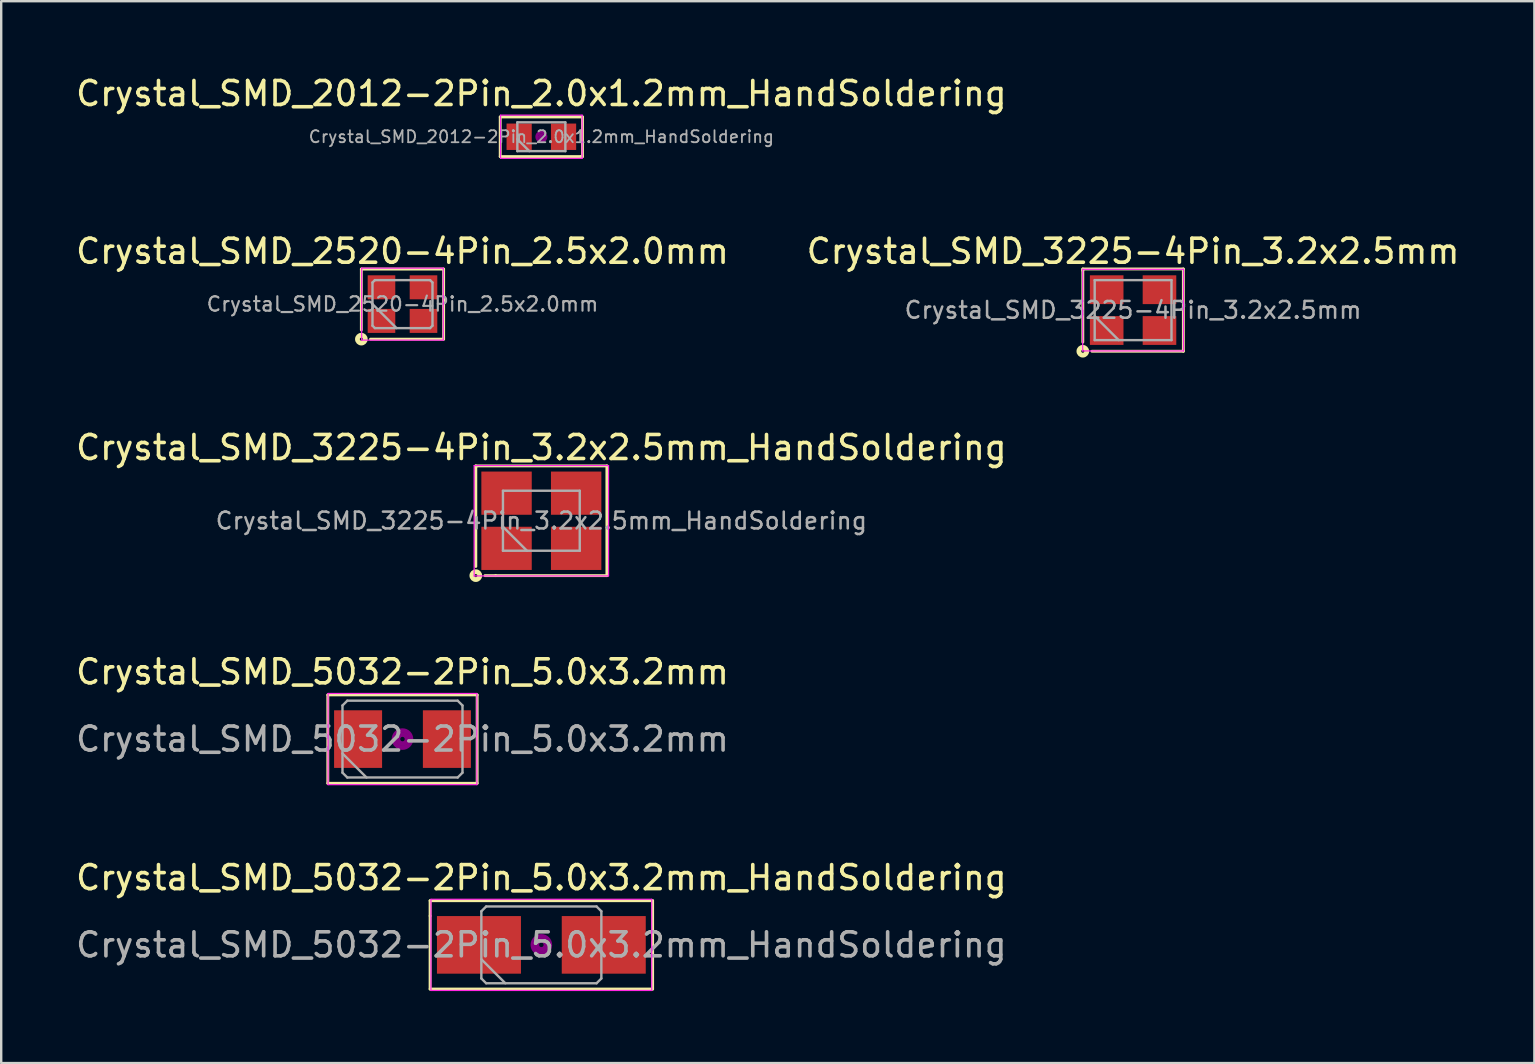
<source format=kicad_pcb>
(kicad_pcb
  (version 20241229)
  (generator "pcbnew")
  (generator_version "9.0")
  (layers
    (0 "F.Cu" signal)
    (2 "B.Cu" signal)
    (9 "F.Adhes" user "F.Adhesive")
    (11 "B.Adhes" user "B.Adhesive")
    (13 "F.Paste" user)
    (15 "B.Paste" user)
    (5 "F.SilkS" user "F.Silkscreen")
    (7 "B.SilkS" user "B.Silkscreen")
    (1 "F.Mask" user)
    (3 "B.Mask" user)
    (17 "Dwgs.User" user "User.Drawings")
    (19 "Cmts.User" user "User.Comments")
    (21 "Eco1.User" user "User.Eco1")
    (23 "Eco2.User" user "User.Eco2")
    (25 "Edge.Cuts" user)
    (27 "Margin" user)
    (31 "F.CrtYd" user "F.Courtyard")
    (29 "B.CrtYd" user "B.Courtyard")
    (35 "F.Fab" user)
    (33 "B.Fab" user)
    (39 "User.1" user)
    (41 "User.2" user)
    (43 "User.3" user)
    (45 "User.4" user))
  (footprint "Crystal_SMD_2520-4Pin_2.5x2.0mm"
    (layer "F.Cu")
    (at 13.72 9.621)
    (property "Reference" "Crystal_SMD_2520-4Pin_2.5x2.0mm" (at 0 -2.2 0) (layer "F.SilkS") (effects (font (size 1 1) (thickness 0.15))))
    (attr smd)
    (fp_line (start -1.714 -1.46) (end 1.714 -1.46) (stroke (width 0.12) (type solid)) (layer "F.SilkS"))
    (fp_line (start -1.714 1.079) (end -1.714 -1.46) (stroke (width 0.12) (type solid)) (layer "F.SilkS"))
    (fp_line (start 1.714 -1.46) (end 1.714 1.46) (stroke (width 0.12) (type solid)) (layer "F.SilkS"))
    (fp_line (start 1.714 1.46) (end -1.333 1.46) (stroke (width 0.12) (type solid)) (layer "F.SilkS"))
    (fp_circle (center -1.714 1.46) (end -1.651 1.46) (stroke (width 0.2) (type solid)) (fill no) (layer "F.SilkS"))
    (fp_line (start -1.7 -1.5) (end -1.7 1.5) (stroke (width 0.05) (type solid)) (layer "F.CrtYd"))
    (fp_line (start -1.7 1.5) (end 1.7 1.5) (stroke (width 0.05) (type solid)) (layer "F.CrtYd"))
    (fp_line (start 1.7 -1.5) (end -1.7 -1.5) (stroke (width 0.05) (type solid)) (layer "F.CrtYd"))
    (fp_line (start 1.7 1.5) (end 1.7 -1.5) (stroke (width 0.05) (type solid)) (layer "F.CrtYd"))
    (fp_line (start -1.25 -0.9) (end -1.15 -1) (stroke (width 0.1) (type solid)) (layer "F.Fab"))
    (fp_line (start -1.25 0) (end -0.25 1) (stroke (width 0.1) (type solid)) (layer "F.Fab"))
    (fp_line (start -1.25 0.9) (end -1.25 -0.9) (stroke (width 0.1) (type solid)) (layer "F.Fab"))
    (fp_line (start -1.15 -1) (end 1.15 -1) (stroke (width 0.1) (type solid)) (layer "F.Fab"))
    (fp_line (start -1.15 1) (end -1.25 0.9) (stroke (width 0.1) (type solid)) (layer "F.Fab"))
    (fp_line (start 1.15 -1) (end 1.25 -0.9) (stroke (width 0.1) (type solid)) (layer "F.Fab"))
    (fp_line (start 1.15 1) (end -1.15 1) (stroke (width 0.1) (type solid)) (layer "F.Fab"))
    (fp_line (start 1.25 -0.9) (end 1.25 0.9) (stroke (width 0.1) (type solid)) (layer "F.Fab"))
    (fp_line (start 1.25 0.9) (end 1.15 1) (stroke (width 0.1) (type solid)) (layer "F.Fab"))
    (fp_text user "${REFERENCE}" (at 0 0 0) (layer "F.Fab") (effects (font (size 0.6 0.6) (thickness 0.09))))
    (pad "1" smd rect (at -0.875 0.7) (size 1.15 1) (layers "F.Cu" "F.Mask" "F.Paste"))
    (pad "2" smd rect (at 0.875 0.7) (size 1.15 1) (layers "F.Cu" "F.Mask" "F.Paste"))
    (pad "3" smd rect (at 0.875 -0.7) (size 1.15 1) (layers "F.Cu" "F.Mask" "F.Paste"))
    (pad "4" smd rect (at -0.875 -0.7) (size 1.15 1) (layers "F.Cu" "F.Mask" "F.Paste")))
  (footprint "Crystal_SMD_5032-2Pin_5.0x3.2mm"
    (layer "F.Cu")
    (at 13.72 27.745)
    (property "Reference" "Crystal_SMD_5032-2Pin_5.0x3.2mm" (at 0 -2.8 0) (layer "F.SilkS") (effects (font (size 1 1) (thickness 0.15))))
    (attr smd)
    (fp_line (start -3.111 -1.841) (end -3.111 1.841) (stroke (width 0.12) (type solid)) (layer "F.SilkS"))
    (fp_line (start -3.111 1.841) (end 3.111 1.841) (stroke (width 0.12) (type solid)) (layer "F.SilkS"))
    (fp_line (start 3.111 -1.841) (end -3.111 -1.841) (stroke (width 0.12) (type solid)) (layer "F.SilkS"))
    (fp_line (start 3.111 1.841) (end 3.111 -1.841) (stroke (width 0.12) (type solid)) (layer "F.SilkS"))
    (fp_circle (center 0 0) (end 0.093 0) (stroke (width 0.187) (type solid)) (fill no) (layer "F.Adhes"))
    (fp_circle (center 0 0) (end 0.213 0) (stroke (width 0.133) (type solid)) (fill no) (layer "F.Adhes"))
    (fp_circle (center 0 0) (end 0.333 0) (stroke (width 0.133) (type solid)) (fill no) (layer "F.Adhes"))
    (fp_circle (center 0 0) (end 0.4 0) (stroke (width 0.1) (type solid)) (fill no) (layer "F.Adhes"))
    (fp_line (start -3.1 -1.9) (end -3.1 1.9) (stroke (width 0.05) (type solid)) (layer "F.CrtYd"))
    (fp_line (start -3.1 1.9) (end 3.1 1.9) (stroke (width 0.05) (type solid)) (layer "F.CrtYd"))
    (fp_line (start 3.1 -1.9) (end -3.1 -1.9) (stroke (width 0.05) (type solid)) (layer "F.CrtYd"))
    (fp_line (start 3.1 1.9) (end 3.1 -1.9) (stroke (width 0.05) (type solid)) (layer "F.CrtYd"))
    (fp_line (start -2.5 -1.4) (end -2.3 -1.6) (stroke (width 0.1) (type solid)) (layer "F.Fab"))
    (fp_line (start -2.5 0.6) (end -1.5 1.6) (stroke (width 0.1) (type solid)) (layer "F.Fab"))
    (fp_line (start -2.5 1.4) (end -2.5 -1.4) (stroke (width 0.1) (type solid)) (layer "F.Fab"))
    (fp_line (start -2.3 -1.6) (end 2.3 -1.6) (stroke (width 0.1) (type solid)) (layer "F.Fab"))
    (fp_line (start -2.3 1.6) (end -2.5 1.4) (stroke (width 0.1) (type solid)) (layer "F.Fab"))
    (fp_line (start 2.3 -1.6) (end 2.5 -1.4) (stroke (width 0.1) (type solid)) (layer "F.Fab"))
    (fp_line (start 2.3 1.6) (end -2.3 1.6) (stroke (width 0.1) (type solid)) (layer "F.Fab"))
    (fp_line (start 2.5 -1.4) (end 2.5 1.4) (stroke (width 0.1) (type solid)) (layer "F.Fab"))
    (fp_line (start 2.5 1.4) (end 2.3 1.6) (stroke (width 0.1) (type solid)) (layer "F.Fab"))
    (fp_text user "${REFERENCE}" (at 0 0 0) (layer "F.Fab") (effects (font (size 1 1) (thickness 0.15))))
    (pad "1" smd rect (at -1.85 0) (size 2 2.4) (layers "F.Cu" "F.Mask" "F.Paste"))
    (pad "2" smd rect (at 1.85 0) (size 2 2.4) (layers "F.Cu" "F.Mask" "F.Paste")))
  (footprint "Crystal_SMD_3225-4Pin_3.2x2.5mm_HandSoldering"
    (layer "F.Cu")
    (at 19.506 18.648)
    (property "Reference" "Crystal_SMD_3225-4Pin_3.2x2.5mm_HandSoldering" (at 0 -3.05 0) (layer "F.SilkS") (effects (font (size 1 1) (thickness 0.15))))
    (attr smd)
    (fp_line (start -2.731 -2.286) (end 2.731 -2.286) (stroke (width 0.12) (type solid)) (layer "F.SilkS"))
    (fp_line (start -2.731 -2.223) (end -2.731 -2.286) (stroke (width 0.12) (type solid)) (layer "F.SilkS"))
    (fp_line (start -2.731 1.905) (end -2.731 -2.223) (stroke (width 0.12) (type solid)) (layer "F.SilkS"))
    (fp_line (start -2.349 2.286) (end -1.905 2.286) (stroke (width 0.12) (type solid)) (layer "F.SilkS"))
    (fp_line (start 2.731 -2.286) (end 2.731 2.286) (stroke (width 0.12) (type solid)) (layer "F.SilkS"))
    (fp_line (start 2.731 2.286) (end -1.905 2.286) (stroke (width 0.12) (type solid)) (layer "F.SilkS"))
    (fp_circle (center -2.731 2.286) (end -2.667 2.286) (stroke (width 0.2) (type solid)) (fill no) (layer "F.SilkS"))
    (fp_line (start -2.8 -2.3) (end -2.8 2.3) (stroke (width 0.05) (type solid)) (layer "F.CrtYd"))
    (fp_line (start -2.8 2.3) (end 2.8 2.3) (stroke (width 0.05) (type solid)) (layer "F.CrtYd"))
    (fp_line (start 2.8 -2.3) (end -2.8 -2.3) (stroke (width 0.05) (type solid)) (layer "F.CrtYd"))
    (fp_line (start 2.8 2.3) (end 2.8 -2.3) (stroke (width 0.05) (type solid)) (layer "F.CrtYd"))
    (fp_line (start -1.6 -1.25) (end -1.6 1.25) (stroke (width 0.1) (type solid)) (layer "F.Fab"))
    (fp_line (start -1.6 0.25) (end -0.6 1.25) (stroke (width 0.1) (type solid)) (layer "F.Fab"))
    (fp_line (start -1.6 1.25) (end 1.6 1.25) (stroke (width 0.1) (type solid)) (layer "F.Fab"))
    (fp_line (start 1.6 -1.25) (end -1.6 -1.25) (stroke (width 0.1) (type solid)) (layer "F.Fab"))
    (fp_line (start 1.6 1.25) (end 1.6 -1.25) (stroke (width 0.1) (type solid)) (layer "F.Fab"))
    (fp_text user "${REFERENCE}" (at 0 0 0) (layer "F.Fab") (effects (font (size 0.7 0.7) (thickness 0.105))))
    (pad "1" smd rect (at -1.45 1.15) (size 2.1 1.8) (layers "F.Cu" "F.Mask" "F.Paste"))
    (pad "2" smd rect (at 1.45 1.15) (size 2.1 1.8) (layers "F.Cu" "F.Mask" "F.Paste"))
    (pad "3" smd rect (at 1.45 -1.15) (size 2.1 1.8) (layers "F.Cu" "F.Mask" "F.Paste"))
    (pad "4" smd rect (at -1.45 -1.15) (size 2.1 1.8) (layers "F.Cu" "F.Mask" "F.Paste")))
  (footprint "Crystal_SMD_2012-2Pin_2.0x1.2mm_HandSoldering"
    (layer "F.Cu")
    (at 19.506 2.648)
    (property "Reference" "Crystal_SMD_2012-2Pin_2.0x1.2mm_HandSoldering" (at 0 -1.8 0) (layer "F.SilkS") (effects (font (size 1 1) (thickness 0.15))))
    (attr smd)
    (fp_line (start -1.714 -0.826) (end -1.714 0.826) (stroke (width 0.12) (type solid)) (layer "F.SilkS"))
    (fp_line (start -1.714 0.826) (end 1.651 0.826) (stroke (width 0.12) (type solid)) (layer "F.SilkS"))
    (fp_line (start 1.651 0.826) (end 1.714 0.826) (stroke (width 0.12) (type solid)) (layer "F.SilkS"))
    (fp_line (start 1.714 -0.826) (end -1.714 -0.826) (stroke (width 0.12) (type solid)) (layer "F.SilkS"))
    (fp_line (start 1.714 0.826) (end 1.714 -0.826) (stroke (width 0.12) (type solid)) (layer "F.SilkS"))
    (fp_circle (center 0 0) (end 0.047 0) (stroke (width 0.093) (type solid)) (fill no) (layer "F.Adhes"))
    (fp_circle (center 0 0) (end 0.107 0) (stroke (width 0.067) (type solid)) (fill no) (layer "F.Adhes"))
    (fp_circle (center 0 0) (end 0.167 0) (stroke (width 0.067) (type solid)) (fill no) (layer "F.Adhes"))
    (fp_circle (center 0 0) (end 0.2 0) (stroke (width 0.1) (type solid)) (fill no) (layer "F.Adhes"))
    (fp_line (start -1.7 -0.9) (end -1.7 0.9) (stroke (width 0.05) (type solid)) (layer "F.CrtYd"))
    (fp_line (start -1.7 0.9) (end 1.7 0.9) (stroke (width 0.05) (type solid)) (layer "F.CrtYd"))
    (fp_line (start 1.7 -0.9) (end -1.7 -0.9) (stroke (width 0.05) (type solid)) (layer "F.CrtYd"))
    (fp_line (start 1.7 0.9) (end 1.7 -0.9) (stroke (width 0.05) (type solid)) (layer "F.CrtYd"))
    (fp_line (start -1 -0.6) (end -1 0.6) (stroke (width 0.1) (type solid)) (layer "F.Fab"))
    (fp_line (start -1 0.1) (end -0.5 0.6) (stroke (width 0.1) (type solid)) (layer "F.Fab"))
    (fp_line (start -1 0.6) (end 1 0.6) (stroke (width 0.1) (type solid)) (layer "F.Fab"))
    (fp_line (start 1 -0.6) (end -1 -0.6) (stroke (width 0.1) (type solid)) (layer "F.Fab"))
    (fp_line (start 1 0.6) (end 1 -0.6) (stroke (width 0.1) (type solid)) (layer "F.Fab"))
    (fp_text user "${REFERENCE}" (at 0 0 0) (layer "F.Fab") (effects (font (size 0.5 0.5) (thickness 0.075))))
    (pad "1" smd rect (at -0.925 0) (size 1.05 1.1) (layers "F.Cu" "F.Mask" "F.Paste"))
    (pad "2" smd rect (at 0.925 0) (size 1.05 1.1) (layers "F.Cu" "F.Mask" "F.Paste")))
  (footprint "Crystal_SMD_3225-4Pin_3.2x2.5mm"
    (layer "F.Cu")
    (at 44.161 9.871)
    (property "Reference" "Crystal_SMD_3225-4Pin_3.2x2.5mm" (at 0 -2.45 0) (layer "F.SilkS") (effects (font (size 1 1) (thickness 0.15))))
    (attr smd)
    (fp_line (start -2.095 -1.714) (end 2.095 -1.714) (stroke (width 0.12) (type solid)) (layer "F.SilkS"))
    (fp_line (start -2.095 -1.651) (end -2.095 -1.714) (stroke (width 0.12) (type solid)) (layer "F.SilkS"))
    (fp_line (start -2.095 1.333) (end -2.095 -1.651) (stroke (width 0.12) (type solid)) (layer "F.SilkS"))
    (fp_line (start 2.095 -1.714) (end 2.095 1.714) (stroke (width 0.12) (type solid)) (layer "F.SilkS"))
    (fp_line (start 2.095 1.714) (end -1.714 1.714) (stroke (width 0.12) (type solid)) (layer "F.SilkS"))
    (fp_circle (center -2.095 1.714) (end -2.032 1.714) (stroke (width 0.2) (type solid)) (fill no) (layer "F.SilkS"))
    (fp_line (start -2.1 -1.7) (end -2.1 1.7) (stroke (width 0.05) (type solid)) (layer "F.CrtYd"))
    (fp_line (start -2.1 1.7) (end 2.1 1.7) (stroke (width 0.05) (type solid)) (layer "F.CrtYd"))
    (fp_line (start 2.1 -1.7) (end -2.1 -1.7) (stroke (width 0.05) (type solid)) (layer "F.CrtYd"))
    (fp_line (start 2.1 1.7) (end 2.1 -1.7) (stroke (width 0.05) (type solid)) (layer "F.CrtYd"))
    (fp_line (start -1.6 -1.25) (end -1.6 1.25) (stroke (width 0.1) (type solid)) (layer "F.Fab"))
    (fp_line (start -1.6 0.25) (end -0.6 1.25) (stroke (width 0.1) (type solid)) (layer "F.Fab"))
    (fp_line (start -1.6 1.25) (end 1.6 1.25) (stroke (width 0.1) (type solid)) (layer "F.Fab"))
    (fp_line (start 1.6 -1.25) (end -1.6 -1.25) (stroke (width 0.1) (type solid)) (layer "F.Fab"))
    (fp_line (start 1.6 1.25) (end 1.6 -1.25) (stroke (width 0.1) (type solid)) (layer "F.Fab"))
    (fp_text user "${REFERENCE}" (at 0 0 0) (layer "F.Fab") (effects (font (size 0.7 0.7) (thickness 0.105))))
    (pad "1" smd rect (at -1.1 0.85) (size 1.4 1.2) (layers "F.Cu" "F.Mask" "F.Paste"))
    (pad "2" smd rect (at 1.1 0.85) (size 1.4 1.2) (layers "F.Cu" "F.Mask" "F.Paste"))
    (pad "3" smd rect (at 1.1 -0.85) (size 1.4 1.2) (layers "F.Cu" "F.Mask" "F.Paste"))
    (pad "4" smd rect (at -1.1 -0.85) (size 1.4 1.2) (layers "F.Cu" "F.Mask" "F.Paste")))
  (footprint "Crystal_SMD_5032-2Pin_5.0x3.2mm_HandSoldering"
    (layer "F.Cu")
    (at 19.506 36.319)
    (property "Reference" "Crystal_SMD_5032-2Pin_5.0x3.2mm_HandSoldering" (at 0 -2.8 0) (layer "F.SilkS") (effects (font (size 1 1) (thickness 0.15))))
    (attr smd)
    (fp_line (start -4.636 -1.841) (end -4.636 -1.206) (stroke (width 0.12) (type solid)) (layer "F.SilkS"))
    (fp_line (start -4.636 -1.206) (end -4.636 1.841) (stroke (width 0.12) (type solid)) (layer "F.SilkS"))
    (fp_line (start -4.636 1.841) (end 4.636 1.841) (stroke (width 0.12) (type solid)) (layer "F.SilkS"))
    (fp_line (start 4.636 -1.841) (end -4.636 -1.841) (stroke (width 0.12) (type solid)) (layer "F.SilkS"))
    (fp_line (start 4.636 1.841) (end 4.636 -1.841) (stroke (width 0.12) (type solid)) (layer "F.SilkS"))
    (fp_circle (center 0 0) (end 0.093 0) (stroke (width 0.187) (type solid)) (fill no) (layer "F.Adhes"))
    (fp_circle (center 0 0) (end 0.213 0) (stroke (width 0.133) (type solid)) (fill no) (layer "F.Adhes"))
    (fp_circle (center 0 0) (end 0.333 0) (stroke (width 0.133) (type solid)) (fill no) (layer "F.Adhes"))
    (fp_circle (center 0 0) (end 0.4 0) (stroke (width 0.1) (type solid)) (fill no) (layer "F.Adhes"))
    (fp_line (start -4.6 -1.9) (end -4.6 1.9) (stroke (width 0.05) (type solid)) (layer "F.CrtYd"))
    (fp_line (start -4.6 1.9) (end 4.6 1.9) (stroke (width 0.05) (type solid)) (layer "F.CrtYd"))
    (fp_line (start 4.6 -1.9) (end -4.6 -1.9) (stroke (width 0.05) (type solid)) (layer "F.CrtYd"))
    (fp_line (start 4.6 1.9) (end 4.6 -1.9) (stroke (width 0.05) (type solid)) (layer "F.CrtYd"))
    (fp_line (start -2.5 -1.4) (end -2.3 -1.6) (stroke (width 0.1) (type solid)) (layer "F.Fab"))
    (fp_line (start -2.5 0.6) (end -1.5 1.6) (stroke (width 0.1) (type solid)) (layer "F.Fab"))
    (fp_line (start -2.5 1.4) (end -2.5 -1.4) (stroke (width 0.1) (type solid)) (layer "F.Fab"))
    (fp_line (start -2.3 -1.6) (end 2.3 -1.6) (stroke (width 0.1) (type solid)) (layer "F.Fab"))
    (fp_line (start -2.3 1.6) (end -2.5 1.4) (stroke (width 0.1) (type solid)) (layer "F.Fab"))
    (fp_line (start 2.3 -1.6) (end 2.5 -1.4) (stroke (width 0.1) (type solid)) (layer "F.Fab"))
    (fp_line (start 2.3 1.6) (end -2.3 1.6) (stroke (width 0.1) (type solid)) (layer "F.Fab"))
    (fp_line (start 2.5 -1.4) (end 2.5 1.4) (stroke (width 0.1) (type solid)) (layer "F.Fab"))
    (fp_line (start 2.5 1.4) (end 2.3 1.6) (stroke (width 0.1) (type solid)) (layer "F.Fab"))
    (fp_text user "${REFERENCE}" (at 0 0 0) (layer "F.Fab") (effects (font (size 1 1) (thickness 0.15))))
    (pad "1" smd rect (at -2.6 0) (size 3.5 2.4) (layers "F.Cu" "F.Mask" "F.Paste"))
    (pad "2" smd rect (at 2.6 0) (size 3.5 2.4) (layers "F.Cu" "F.Mask" "F.Paste")))
  (gr_rect
    (start -3 -3)
    (end 60.881 41.244)
    (stroke (width 0.1) (type default))
    (fill no)
    (layer "Edge.Cuts")))
</source>
